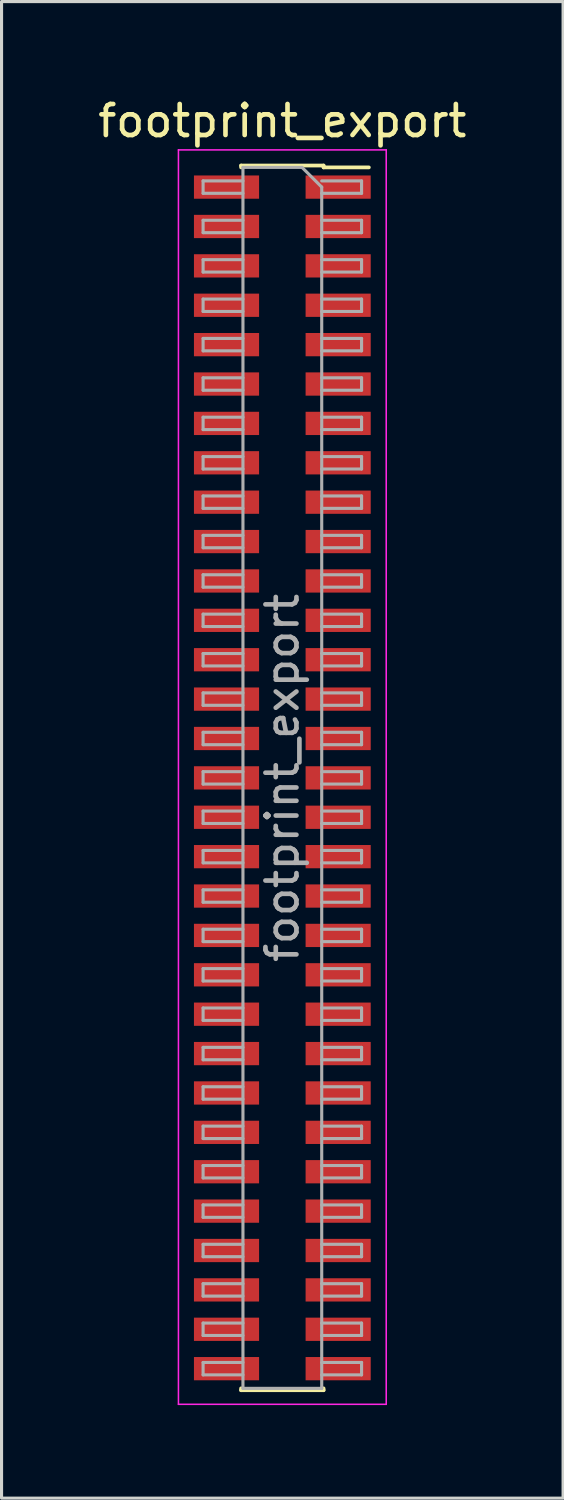
<source format=kicad_pcb>
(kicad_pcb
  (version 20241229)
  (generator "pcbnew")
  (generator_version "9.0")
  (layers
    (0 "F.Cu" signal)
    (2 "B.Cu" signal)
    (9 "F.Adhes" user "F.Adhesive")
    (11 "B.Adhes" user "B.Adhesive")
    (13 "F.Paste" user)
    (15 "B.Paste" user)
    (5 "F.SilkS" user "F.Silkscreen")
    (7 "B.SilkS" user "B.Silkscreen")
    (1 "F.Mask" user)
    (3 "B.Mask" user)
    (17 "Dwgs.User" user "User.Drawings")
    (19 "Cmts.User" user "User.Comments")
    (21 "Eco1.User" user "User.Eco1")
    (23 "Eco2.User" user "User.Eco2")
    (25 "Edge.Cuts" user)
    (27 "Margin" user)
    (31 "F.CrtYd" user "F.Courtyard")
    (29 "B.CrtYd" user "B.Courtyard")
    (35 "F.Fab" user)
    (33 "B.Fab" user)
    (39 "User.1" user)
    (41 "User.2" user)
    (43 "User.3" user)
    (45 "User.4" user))
  (footprint "footprint_export"
    (layer "F.Cu")
    (at 6.054 22.033)
    (property "Reference" "footprint_export" (at 0 -21.185 0) (layer "F.SilkS") (effects (font (size 1 1) (thickness 0.15))))
    (attr smd)
    (fp_line (start -1.33 -19.745) (end -1.33 -19.685) (stroke (width 0.12) (type solid)) (layer "F.SilkS"))
    (fp_line (start -1.33 -19.745) (end 1.33 -19.745) (stroke (width 0.12) (type solid)) (layer "F.SilkS"))
    (fp_line (start -1.33 19.685) (end -1.33 19.745) (stroke (width 0.12) (type solid)) (layer "F.SilkS"))
    (fp_line (start -1.33 19.745) (end 1.33 19.745) (stroke (width 0.12) (type solid)) (layer "F.SilkS"))
    (fp_line (start 1.33 -19.745) (end 1.33 -19.685) (stroke (width 0.12) (type solid)) (layer "F.SilkS"))
    (fp_line (start 1.33 -19.685) (end 2.79 -19.685) (stroke (width 0.12) (type solid)) (layer "F.SilkS"))
    (fp_line (start 1.33 19.685) (end 1.33 19.745) (stroke (width 0.12) (type solid)) (layer "F.SilkS"))
    (fp_line (start -3.35 -20.25) (end 3.35 -20.25) (stroke (width 0.05) (type solid)) (layer "F.CrtYd"))
    (fp_line (start -3.35 20.2) (end -3.35 -20.25) (stroke (width 0.05) (type solid)) (layer "F.CrtYd"))
    (fp_line (start 3.35 -20.25) (end 3.35 20.2) (stroke (width 0.05) (type solid)) (layer "F.CrtYd"))
    (fp_line (start 3.35 20.2) (end -3.35 20.2) (stroke (width 0.05) (type solid)) (layer "F.CrtYd"))
    (fp_line (start -2.555 -19.25) (end -1.27 -19.25) (stroke (width 0.1) (type solid)) (layer "F.Fab"))
    (fp_line (start -2.555 -18.85) (end -2.555 -19.25) (stroke (width 0.1) (type solid)) (layer "F.Fab"))
    (fp_line (start -2.555 -17.98) (end -1.27 -17.98) (stroke (width 0.1) (type solid)) (layer "F.Fab"))
    (fp_line (start -2.555 -17.58) (end -2.555 -17.98) (stroke (width 0.1) (type solid)) (layer "F.Fab"))
    (fp_line (start -2.555 -16.71) (end -1.27 -16.71) (stroke (width 0.1) (type solid)) (layer "F.Fab"))
    (fp_line (start -2.555 -16.31) (end -2.555 -16.71) (stroke (width 0.1) (type solid)) (layer "F.Fab"))
    (fp_line (start -2.555 -15.44) (end -1.27 -15.44) (stroke (width 0.1) (type solid)) (layer "F.Fab"))
    (fp_line (start -2.555 -15.04) (end -2.555 -15.44) (stroke (width 0.1) (type solid)) (layer "F.Fab"))
    (fp_line (start -2.555 -14.17) (end -1.27 -14.17) (stroke (width 0.1) (type solid)) (layer "F.Fab"))
    (fp_line (start -2.555 -13.77) (end -2.555 -14.17) (stroke (width 0.1) (type solid)) (layer "F.Fab"))
    (fp_line (start -2.555 -12.9) (end -1.27 -12.9) (stroke (width 0.1) (type solid)) (layer "F.Fab"))
    (fp_line (start -2.555 -12.5) (end -2.555 -12.9) (stroke (width 0.1) (type solid)) (layer "F.Fab"))
    (fp_line (start -2.555 -11.63) (end -1.27 -11.63) (stroke (width 0.1) (type solid)) (layer "F.Fab"))
    (fp_line (start -2.555 -11.23) (end -2.555 -11.63) (stroke (width 0.1) (type solid)) (layer "F.Fab"))
    (fp_line (start -2.555 -10.36) (end -1.27 -10.36) (stroke (width 0.1) (type solid)) (layer "F.Fab"))
    (fp_line (start -2.555 -9.96) (end -2.555 -10.36) (stroke (width 0.1) (type solid)) (layer "F.Fab"))
    (fp_line (start -2.555 -9.09) (end -1.27 -9.09) (stroke (width 0.1) (type solid)) (layer "F.Fab"))
    (fp_line (start -2.555 -8.69) (end -2.555 -9.09) (stroke (width 0.1) (type solid)) (layer "F.Fab"))
    (fp_line (start -2.555 -7.82) (end -1.27 -7.82) (stroke (width 0.1) (type solid)) (layer "F.Fab"))
    (fp_line (start -2.555 -7.42) (end -2.555 -7.82) (stroke (width 0.1) (type solid)) (layer "F.Fab"))
    (fp_line (start -2.555 -6.55) (end -1.27 -6.55) (stroke (width 0.1) (type solid)) (layer "F.Fab"))
    (fp_line (start -2.555 -6.15) (end -2.555 -6.55) (stroke (width 0.1) (type solid)) (layer "F.Fab"))
    (fp_line (start -2.555 -5.28) (end -1.27 -5.28) (stroke (width 0.1) (type solid)) (layer "F.Fab"))
    (fp_line (start -2.555 -4.88) (end -2.555 -5.28) (stroke (width 0.1) (type solid)) (layer "F.Fab"))
    (fp_line (start -2.555 -4.01) (end -1.27 -4.01) (stroke (width 0.1) (type solid)) (layer "F.Fab"))
    (fp_line (start -2.555 -3.61) (end -2.555 -4.01) (stroke (width 0.1) (type solid)) (layer "F.Fab"))
    (fp_line (start -2.555 -2.74) (end -1.27 -2.74) (stroke (width 0.1) (type solid)) (layer "F.Fab"))
    (fp_line (start -2.555 -2.34) (end -2.555 -2.74) (stroke (width 0.1) (type solid)) (layer "F.Fab"))
    (fp_line (start -2.555 -1.47) (end -1.27 -1.47) (stroke (width 0.1) (type solid)) (layer "F.Fab"))
    (fp_line (start -2.555 -1.07) (end -2.555 -1.47) (stroke (width 0.1) (type solid)) (layer "F.Fab"))
    (fp_line (start -2.555 -0.2) (end -1.27 -0.2) (stroke (width 0.1) (type solid)) (layer "F.Fab"))
    (fp_line (start -2.555 0.2) (end -2.555 -0.2) (stroke (width 0.1) (type solid)) (layer "F.Fab"))
    (fp_line (start -2.555 1.07) (end -1.27 1.07) (stroke (width 0.1) (type solid)) (layer "F.Fab"))
    (fp_line (start -2.555 1.47) (end -2.555 1.07) (stroke (width 0.1) (type solid)) (layer "F.Fab"))
    (fp_line (start -2.555 2.34) (end -1.27 2.34) (stroke (width 0.1) (type solid)) (layer "F.Fab"))
    (fp_line (start -2.555 2.74) (end -2.555 2.34) (stroke (width 0.1) (type solid)) (layer "F.Fab"))
    (fp_line (start -2.555 3.61) (end -1.27 3.61) (stroke (width 0.1) (type solid)) (layer "F.Fab"))
    (fp_line (start -2.555 4.01) (end -2.555 3.61) (stroke (width 0.1) (type solid)) (layer "F.Fab"))
    (fp_line (start -2.555 4.88) (end -1.27 4.88) (stroke (width 0.1) (type solid)) (layer "F.Fab"))
    (fp_line (start -2.555 5.28) (end -2.555 4.88) (stroke (width 0.1) (type solid)) (layer "F.Fab"))
    (fp_line (start -2.555 6.15) (end -1.27 6.15) (stroke (width 0.1) (type solid)) (layer "F.Fab"))
    (fp_line (start -2.555 6.55) (end -2.555 6.15) (stroke (width 0.1) (type solid)) (layer "F.Fab"))
    (fp_line (start -2.555 7.42) (end -1.27 7.42) (stroke (width 0.1) (type solid)) (layer "F.Fab"))
    (fp_line (start -2.555 7.82) (end -2.555 7.42) (stroke (width 0.1) (type solid)) (layer "F.Fab"))
    (fp_line (start -2.555 8.69) (end -1.27 8.69) (stroke (width 0.1) (type solid)) (layer "F.Fab"))
    (fp_line (start -2.555 9.09) (end -2.555 8.69) (stroke (width 0.1) (type solid)) (layer "F.Fab"))
    (fp_line (start -2.555 9.96) (end -1.27 9.96) (stroke (width 0.1) (type solid)) (layer "F.Fab"))
    (fp_line (start -2.555 10.36) (end -2.555 9.96) (stroke (width 0.1) (type solid)) (layer "F.Fab"))
    (fp_line (start -2.555 11.23) (end -1.27 11.23) (stroke (width 0.1) (type solid)) (layer "F.Fab"))
    (fp_line (start -2.555 11.63) (end -2.555 11.23) (stroke (width 0.1) (type solid)) (layer "F.Fab"))
    (fp_line (start -2.555 12.5) (end -1.27 12.5) (stroke (width 0.1) (type solid)) (layer "F.Fab"))
    (fp_line (start -2.555 12.9) (end -2.555 12.5) (stroke (width 0.1) (type solid)) (layer "F.Fab"))
    (fp_line (start -2.555 13.77) (end -1.27 13.77) (stroke (width 0.1) (type solid)) (layer "F.Fab"))
    (fp_line (start -2.555 14.17) (end -2.555 13.77) (stroke (width 0.1) (type solid)) (layer "F.Fab"))
    (fp_line (start -2.555 15.04) (end -1.27 15.04) (stroke (width 0.1) (type solid)) (layer "F.Fab"))
    (fp_line (start -2.555 15.44) (end -2.555 15.04) (stroke (width 0.1) (type solid)) (layer "F.Fab"))
    (fp_line (start -2.555 16.31) (end -1.27 16.31) (stroke (width 0.1) (type solid)) (layer "F.Fab"))
    (fp_line (start -2.555 16.71) (end -2.555 16.31) (stroke (width 0.1) (type solid)) (layer "F.Fab"))
    (fp_line (start -2.555 17.58) (end -1.27 17.58) (stroke (width 0.1) (type solid)) (layer "F.Fab"))
    (fp_line (start -2.555 17.98) (end -2.555 17.58) (stroke (width 0.1) (type solid)) (layer "F.Fab"))
    (fp_line (start -2.555 18.85) (end -1.27 18.85) (stroke (width 0.1) (type solid)) (layer "F.Fab"))
    (fp_line (start -2.555 19.25) (end -2.555 18.85) (stroke (width 0.1) (type solid)) (layer "F.Fab"))
    (fp_line (start -1.27 -19.685) (end 0.635 -19.685) (stroke (width 0.1) (type solid)) (layer "F.Fab"))
    (fp_line (start -1.27 -18.85) (end -2.555 -18.85) (stroke (width 0.1) (type solid)) (layer "F.Fab"))
    (fp_line (start -1.27 -17.58) (end -2.555 -17.58) (stroke (width 0.1) (type solid)) (layer "F.Fab"))
    (fp_line (start -1.27 -16.31) (end -2.555 -16.31) (stroke (width 0.1) (type solid)) (layer "F.Fab"))
    (fp_line (start -1.27 -15.04) (end -2.555 -15.04) (stroke (width 0.1) (type solid)) (layer "F.Fab"))
    (fp_line (start -1.27 -13.77) (end -2.555 -13.77) (stroke (width 0.1) (type solid)) (layer "F.Fab"))
    (fp_line (start -1.27 -12.5) (end -2.555 -12.5) (stroke (width 0.1) (type solid)) (layer "F.Fab"))
    (fp_line (start -1.27 -11.23) (end -2.555 -11.23) (stroke (width 0.1) (type solid)) (layer "F.Fab"))
    (fp_line (start -1.27 -9.96) (end -2.555 -9.96) (stroke (width 0.1) (type solid)) (layer "F.Fab"))
    (fp_line (start -1.27 -8.69) (end -2.555 -8.69) (stroke (width 0.1) (type solid)) (layer "F.Fab"))
    (fp_line (start -1.27 -7.42) (end -2.555 -7.42) (stroke (width 0.1) (type solid)) (layer "F.Fab"))
    (fp_line (start -1.27 -6.15) (end -2.555 -6.15) (stroke (width 0.1) (type solid)) (layer "F.Fab"))
    (fp_line (start -1.27 -4.88) (end -2.555 -4.88) (stroke (width 0.1) (type solid)) (layer "F.Fab"))
    (fp_line (start -1.27 -3.61) (end -2.555 -3.61) (stroke (width 0.1) (type solid)) (layer "F.Fab"))
    (fp_line (start -1.27 -2.34) (end -2.555 -2.34) (stroke (width 0.1) (type solid)) (layer "F.Fab"))
    (fp_line (start -1.27 -1.07) (end -2.555 -1.07) (stroke (width 0.1) (type solid)) (layer "F.Fab"))
    (fp_line (start -1.27 0.2) (end -2.555 0.2) (stroke (width 0.1) (type solid)) (layer "F.Fab"))
    (fp_line (start -1.27 1.47) (end -2.555 1.47) (stroke (width 0.1) (type solid)) (layer "F.Fab"))
    (fp_line (start -1.27 2.74) (end -2.555 2.74) (stroke (width 0.1) (type solid)) (layer "F.Fab"))
    (fp_line (start -1.27 4.01) (end -2.555 4.01) (stroke (width 0.1) (type solid)) (layer "F.Fab"))
    (fp_line (start -1.27 5.28) (end -2.555 5.28) (stroke (width 0.1) (type solid)) (layer "F.Fab"))
    (fp_line (start -1.27 6.55) (end -2.555 6.55) (stroke (width 0.1) (type solid)) (layer "F.Fab"))
    (fp_line (start -1.27 7.82) (end -2.555 7.82) (stroke (width 0.1) (type solid)) (layer "F.Fab"))
    (fp_line (start -1.27 9.09) (end -2.555 9.09) (stroke (width 0.1) (type solid)) (layer "F.Fab"))
    (fp_line (start -1.27 10.36) (end -2.555 10.36) (stroke (width 0.1) (type solid)) (layer "F.Fab"))
    (fp_line (start -1.27 11.63) (end -2.555 11.63) (stroke (width 0.1) (type solid)) (layer "F.Fab"))
    (fp_line (start -1.27 12.9) (end -2.555 12.9) (stroke (width 0.1) (type solid)) (layer "F.Fab"))
    (fp_line (start -1.27 14.17) (end -2.555 14.17) (stroke (width 0.1) (type solid)) (layer "F.Fab"))
    (fp_line (start -1.27 15.44) (end -2.555 15.44) (stroke (width 0.1) (type solid)) (layer "F.Fab"))
    (fp_line (start -1.27 16.71) (end -2.555 16.71) (stroke (width 0.1) (type solid)) (layer "F.Fab"))
    (fp_line (start -1.27 17.98) (end -2.555 17.98) (stroke (width 0.1) (type solid)) (layer "F.Fab"))
    (fp_line (start -1.27 19.25) (end -2.555 19.25) (stroke (width 0.1) (type solid)) (layer "F.Fab"))
    (fp_line (start -1.27 19.685) (end -1.27 -19.685) (stroke (width 0.1) (type solid)) (layer "F.Fab"))
    (fp_line (start 0.635 -19.685) (end 1.27 -19.05) (stroke (width 0.1) (type solid)) (layer "F.Fab"))
    (fp_line (start 1.27 -19.25) (end 2.555 -19.25) (stroke (width 0.1) (type solid)) (layer "F.Fab"))
    (fp_line (start 1.27 -19.05) (end 1.27 19.685) (stroke (width 0.1) (type solid)) (layer "F.Fab"))
    (fp_line (start 1.27 -17.98) (end 2.555 -17.98) (stroke (width 0.1) (type solid)) (layer "F.Fab"))
    (fp_line (start 1.27 -16.71) (end 2.555 -16.71) (stroke (width 0.1) (type solid)) (layer "F.Fab"))
    (fp_line (start 1.27 -15.44) (end 2.555 -15.44) (stroke (width 0.1) (type solid)) (layer "F.Fab"))
    (fp_line (start 1.27 -14.17) (end 2.555 -14.17) (stroke (width 0.1) (type solid)) (layer "F.Fab"))
    (fp_line (start 1.27 -12.9) (end 2.555 -12.9) (stroke (width 0.1) (type solid)) (layer "F.Fab"))
    (fp_line (start 1.27 -11.63) (end 2.555 -11.63) (stroke (width 0.1) (type solid)) (layer "F.Fab"))
    (fp_line (start 1.27 -10.36) (end 2.555 -10.36) (stroke (width 0.1) (type solid)) (layer "F.Fab"))
    (fp_line (start 1.27 -9.09) (end 2.555 -9.09) (stroke (width 0.1) (type solid)) (layer "F.Fab"))
    (fp_line (start 1.27 -7.82) (end 2.555 -7.82) (stroke (width 0.1) (type solid)) (layer "F.Fab"))
    (fp_line (start 1.27 -6.55) (end 2.555 -6.55) (stroke (width 0.1) (type solid)) (layer "F.Fab"))
    (fp_line (start 1.27 -5.28) (end 2.555 -5.28) (stroke (width 0.1) (type solid)) (layer "F.Fab"))
    (fp_line (start 1.27 -4.01) (end 2.555 -4.01) (stroke (width 0.1) (type solid)) (layer "F.Fab"))
    (fp_line (start 1.27 -2.74) (end 2.555 -2.74) (stroke (width 0.1) (type solid)) (layer "F.Fab"))
    (fp_line (start 1.27 -1.47) (end 2.555 -1.47) (stroke (width 0.1) (type solid)) (layer "F.Fab"))
    (fp_line (start 1.27 -0.2) (end 2.555 -0.2) (stroke (width 0.1) (type solid)) (layer "F.Fab"))
    (fp_line (start 1.27 1.07) (end 2.555 1.07) (stroke (width 0.1) (type solid)) (layer "F.Fab"))
    (fp_line (start 1.27 2.34) (end 2.555 2.34) (stroke (width 0.1) (type solid)) (layer "F.Fab"))
    (fp_line (start 1.27 3.61) (end 2.555 3.61) (stroke (width 0.1) (type solid)) (layer "F.Fab"))
    (fp_line (start 1.27 4.88) (end 2.555 4.88) (stroke (width 0.1) (type solid)) (layer "F.Fab"))
    (fp_line (start 1.27 6.15) (end 2.555 6.15) (stroke (width 0.1) (type solid)) (layer "F.Fab"))
    (fp_line (start 1.27 7.42) (end 2.555 7.42) (stroke (width 0.1) (type solid)) (layer "F.Fab"))
    (fp_line (start 1.27 8.69) (end 2.555 8.69) (stroke (width 0.1) (type solid)) (layer "F.Fab"))
    (fp_line (start 1.27 9.96) (end 2.555 9.96) (stroke (width 0.1) (type solid)) (layer "F.Fab"))
    (fp_line (start 1.27 11.23) (end 2.555 11.23) (stroke (width 0.1) (type solid)) (layer "F.Fab"))
    (fp_line (start 1.27 12.5) (end 2.555 12.5) (stroke (width 0.1) (type solid)) (layer "F.Fab"))
    (fp_line (start 1.27 13.77) (end 2.555 13.77) (stroke (width 0.1) (type solid)) (layer "F.Fab"))
    (fp_line (start 1.27 15.04) (end 2.555 15.04) (stroke (width 0.1) (type solid)) (layer "F.Fab"))
    (fp_line (start 1.27 16.31) (end 2.555 16.31) (stroke (width 0.1) (type solid)) (layer "F.Fab"))
    (fp_line (start 1.27 17.58) (end 2.555 17.58) (stroke (width 0.1) (type solid)) (layer "F.Fab"))
    (fp_line (start 1.27 18.85) (end 2.555 18.85) (stroke (width 0.1) (type solid)) (layer "F.Fab"))
    (fp_line (start 1.27 19.685) (end -1.27 19.685) (stroke (width 0.1) (type solid)) (layer "F.Fab"))
    (fp_line (start 2.555 -19.25) (end 2.555 -18.85) (stroke (width 0.1) (type solid)) (layer "F.Fab"))
    (fp_line (start 2.555 -18.85) (end 1.27 -18.85) (stroke (width 0.1) (type solid)) (layer "F.Fab"))
    (fp_line (start 2.555 -17.98) (end 2.555 -17.58) (stroke (width 0.1) (type solid)) (layer "F.Fab"))
    (fp_line (start 2.555 -17.58) (end 1.27 -17.58) (stroke (width 0.1) (type solid)) (layer "F.Fab"))
    (fp_line (start 2.555 -16.71) (end 2.555 -16.31) (stroke (width 0.1) (type solid)) (layer "F.Fab"))
    (fp_line (start 2.555 -16.31) (end 1.27 -16.31) (stroke (width 0.1) (type solid)) (layer "F.Fab"))
    (fp_line (start 2.555 -15.44) (end 2.555 -15.04) (stroke (width 0.1) (type solid)) (layer "F.Fab"))
    (fp_line (start 2.555 -15.04) (end 1.27 -15.04) (stroke (width 0.1) (type solid)) (layer "F.Fab"))
    (fp_line (start 2.555 -14.17) (end 2.555 -13.77) (stroke (width 0.1) (type solid)) (layer "F.Fab"))
    (fp_line (start 2.555 -13.77) (end 1.27 -13.77) (stroke (width 0.1) (type solid)) (layer "F.Fab"))
    (fp_line (start 2.555 -12.9) (end 2.555 -12.5) (stroke (width 0.1) (type solid)) (layer "F.Fab"))
    (fp_line (start 2.555 -12.5) (end 1.27 -12.5) (stroke (width 0.1) (type solid)) (layer "F.Fab"))
    (fp_line (start 2.555 -11.63) (end 2.555 -11.23) (stroke (width 0.1) (type solid)) (layer "F.Fab"))
    (fp_line (start 2.555 -11.23) (end 1.27 -11.23) (stroke (width 0.1) (type solid)) (layer "F.Fab"))
    (fp_line (start 2.555 -10.36) (end 2.555 -9.96) (stroke (width 0.1) (type solid)) (layer "F.Fab"))
    (fp_line (start 2.555 -9.96) (end 1.27 -9.96) (stroke (width 0.1) (type solid)) (layer "F.Fab"))
    (fp_line (start 2.555 -9.09) (end 2.555 -8.69) (stroke (width 0.1) (type solid)) (layer "F.Fab"))
    (fp_line (start 2.555 -8.69) (end 1.27 -8.69) (stroke (width 0.1) (type solid)) (layer "F.Fab"))
    (fp_line (start 2.555 -7.82) (end 2.555 -7.42) (stroke (width 0.1) (type solid)) (layer "F.Fab"))
    (fp_line (start 2.555 -7.42) (end 1.27 -7.42) (stroke (width 0.1) (type solid)) (layer "F.Fab"))
    (fp_line (start 2.555 -6.55) (end 2.555 -6.15) (stroke (width 0.1) (type solid)) (layer "F.Fab"))
    (fp_line (start 2.555 -6.15) (end 1.27 -6.15) (stroke (width 0.1) (type solid)) (layer "F.Fab"))
    (fp_line (start 2.555 -5.28) (end 2.555 -4.88) (stroke (width 0.1) (type solid)) (layer "F.Fab"))
    (fp_line (start 2.555 -4.88) (end 1.27 -4.88) (stroke (width 0.1) (type solid)) (layer "F.Fab"))
    (fp_line (start 2.555 -4.01) (end 2.555 -3.61) (stroke (width 0.1) (type solid)) (layer "F.Fab"))
    (fp_line (start 2.555 -3.61) (end 1.27 -3.61) (stroke (width 0.1) (type solid)) (layer "F.Fab"))
    (fp_line (start 2.555 -2.74) (end 2.555 -2.34) (stroke (width 0.1) (type solid)) (layer "F.Fab"))
    (fp_line (start 2.555 -2.34) (end 1.27 -2.34) (stroke (width 0.1) (type solid)) (layer "F.Fab"))
    (fp_line (start 2.555 -1.47) (end 2.555 -1.07) (stroke (width 0.1) (type solid)) (layer "F.Fab"))
    (fp_line (start 2.555 -1.07) (end 1.27 -1.07) (stroke (width 0.1) (type solid)) (layer "F.Fab"))
    (fp_line (start 2.555 -0.2) (end 2.555 0.2) (stroke (width 0.1) (type solid)) (layer "F.Fab"))
    (fp_line (start 2.555 0.2) (end 1.27 0.2) (stroke (width 0.1) (type solid)) (layer "F.Fab"))
    (fp_line (start 2.555 1.07) (end 2.555 1.47) (stroke (width 0.1) (type solid)) (layer "F.Fab"))
    (fp_line (start 2.555 1.47) (end 1.27 1.47) (stroke (width 0.1) (type solid)) (layer "F.Fab"))
    (fp_line (start 2.555 2.34) (end 2.555 2.74) (stroke (width 0.1) (type solid)) (layer "F.Fab"))
    (fp_line (start 2.555 2.74) (end 1.27 2.74) (stroke (width 0.1) (type solid)) (layer "F.Fab"))
    (fp_line (start 2.555 3.61) (end 2.555 4.01) (stroke (width 0.1) (type solid)) (layer "F.Fab"))
    (fp_line (start 2.555 4.01) (end 1.27 4.01) (stroke (width 0.1) (type solid)) (layer "F.Fab"))
    (fp_line (start 2.555 4.88) (end 2.555 5.28) (stroke (width 0.1) (type solid)) (layer "F.Fab"))
    (fp_line (start 2.555 5.28) (end 1.27 5.28) (stroke (width 0.1) (type solid)) (layer "F.Fab"))
    (fp_line (start 2.555 6.15) (end 2.555 6.55) (stroke (width 0.1) (type solid)) (layer "F.Fab"))
    (fp_line (start 2.555 6.55) (end 1.27 6.55) (stroke (width 0.1) (type solid)) (layer "F.Fab"))
    (fp_line (start 2.555 7.42) (end 2.555 7.82) (stroke (width 0.1) (type solid)) (layer "F.Fab"))
    (fp_line (start 2.555 7.82) (end 1.27 7.82) (stroke (width 0.1) (type solid)) (layer "F.Fab"))
    (fp_line (start 2.555 8.69) (end 2.555 9.09) (stroke (width 0.1) (type solid)) (layer "F.Fab"))
    (fp_line (start 2.555 9.09) (end 1.27 9.09) (stroke (width 0.1) (type solid)) (layer "F.Fab"))
    (fp_line (start 2.555 9.96) (end 2.555 10.36) (stroke (width 0.1) (type solid)) (layer "F.Fab"))
    (fp_line (start 2.555 10.36) (end 1.27 10.36) (stroke (width 0.1) (type solid)) (layer "F.Fab"))
    (fp_line (start 2.555 11.23) (end 2.555 11.63) (stroke (width 0.1) (type solid)) (layer "F.Fab"))
    (fp_line (start 2.555 11.63) (end 1.27 11.63) (stroke (width 0.1) (type solid)) (layer "F.Fab"))
    (fp_line (start 2.555 12.5) (end 2.555 12.9) (stroke (width 0.1) (type solid)) (layer "F.Fab"))
    (fp_line (start 2.555 12.9) (end 1.27 12.9) (stroke (width 0.1) (type solid)) (layer "F.Fab"))
    (fp_line (start 2.555 13.77) (end 2.555 14.17) (stroke (width 0.1) (type solid)) (layer "F.Fab"))
    (fp_line (start 2.555 14.17) (end 1.27 14.17) (stroke (width 0.1) (type solid)) (layer "F.Fab"))
    (fp_line (start 2.555 15.04) (end 2.555 15.44) (stroke (width 0.1) (type solid)) (layer "F.Fab"))
    (fp_line (start 2.555 15.44) (end 1.27 15.44) (stroke (width 0.1) (type solid)) (layer "F.Fab"))
    (fp_line (start 2.555 16.31) (end 2.555 16.71) (stroke (width 0.1) (type solid)) (layer "F.Fab"))
    (fp_line (start 2.555 16.71) (end 1.27 16.71) (stroke (width 0.1) (type solid)) (layer "F.Fab"))
    (fp_line (start 2.555 17.58) (end 2.555 17.98) (stroke (width 0.1) (type solid)) (layer "F.Fab"))
    (fp_line (start 2.555 17.98) (end 1.27 17.98) (stroke (width 0.1) (type solid)) (layer "F.Fab"))
    (fp_line (start 2.555 18.85) (end 2.555 19.25) (stroke (width 0.1) (type solid)) (layer "F.Fab"))
    (fp_line (start 2.555 19.25) (end 1.27 19.25) (stroke (width 0.1) (type solid)) (layer "F.Fab"))
    (fp_text user "${REFERENCE}" (at 0 0 90) (layer "F.Fab") (effects (font (size 1 1) (thickness 0.15))))
    (pad "1" smd rect (at 1.8 -19.05) (size 2.1 0.75) (layers "F.Cu" "F.Mask" "F.Paste"))
    (pad "2" smd rect (at -1.8 -19.05) (size 2.1 0.75) (layers "F.Cu" "F.Mask" "F.Paste"))
    (pad "3" smd rect (at 1.8 -17.78) (size 2.1 0.75) (layers "F.Cu" "F.Mask" "F.Paste"))
    (pad "4" smd rect (at -1.8 -17.78) (size 2.1 0.75) (layers "F.Cu" "F.Mask" "F.Paste"))
    (pad "5" smd rect (at 1.8 -16.51) (size 2.1 0.75) (layers "F.Cu" "F.Mask" "F.Paste"))
    (pad "6" smd rect (at -1.8 -16.51) (size 2.1 0.75) (layers "F.Cu" "F.Mask" "F.Paste"))
    (pad "7" smd rect (at 1.8 -15.24) (size 2.1 0.75) (layers "F.Cu" "F.Mask" "F.Paste"))
    (pad "8" smd rect (at -1.8 -15.24) (size 2.1 0.75) (layers "F.Cu" "F.Mask" "F.Paste"))
    (pad "9" smd rect (at 1.8 -13.97) (size 2.1 0.75) (layers "F.Cu" "F.Mask" "F.Paste"))
    (pad "10" smd rect (at -1.8 -13.97) (size 2.1 0.75) (layers "F.Cu" "F.Mask" "F.Paste"))
    (pad "11" smd rect (at 1.8 -12.7) (size 2.1 0.75) (layers "F.Cu" "F.Mask" "F.Paste"))
    (pad "12" smd rect (at -1.8 -12.7) (size 2.1 0.75) (layers "F.Cu" "F.Mask" "F.Paste"))
    (pad "13" smd rect (at 1.8 -11.43) (size 2.1 0.75) (layers "F.Cu" "F.Mask" "F.Paste"))
    (pad "14" smd rect (at -1.8 -11.43) (size 2.1 0.75) (layers "F.Cu" "F.Mask" "F.Paste"))
    (pad "15" smd rect (at 1.8 -10.16) (size 2.1 0.75) (layers "F.Cu" "F.Mask" "F.Paste"))
    (pad "16" smd rect (at -1.8 -10.16) (size 2.1 0.75) (layers "F.Cu" "F.Mask" "F.Paste"))
    (pad "17" smd rect (at 1.8 -8.89) (size 2.1 0.75) (layers "F.Cu" "F.Mask" "F.Paste"))
    (pad "18" smd rect (at -1.8 -8.89) (size 2.1 0.75) (layers "F.Cu" "F.Mask" "F.Paste"))
    (pad "19" smd rect (at 1.8 -7.62) (size 2.1 0.75) (layers "F.Cu" "F.Mask" "F.Paste"))
    (pad "20" smd rect (at -1.8 -7.62) (size 2.1 0.75) (layers "F.Cu" "F.Mask" "F.Paste"))
    (pad "21" smd rect (at 1.8 -6.35) (size 2.1 0.75) (layers "F.Cu" "F.Mask" "F.Paste"))
    (pad "22" smd rect (at -1.8 -6.35) (size 2.1 0.75) (layers "F.Cu" "F.Mask" "F.Paste"))
    (pad "23" smd rect (at 1.8 -5.08) (size 2.1 0.75) (layers "F.Cu" "F.Mask" "F.Paste"))
    (pad "24" smd rect (at -1.8 -5.08) (size 2.1 0.75) (layers "F.Cu" "F.Mask" "F.Paste"))
    (pad "25" smd rect (at 1.8 -3.81) (size 2.1 0.75) (layers "F.Cu" "F.Mask" "F.Paste"))
    (pad "26" smd rect (at -1.8 -3.81) (size 2.1 0.75) (layers "F.Cu" "F.Mask" "F.Paste"))
    (pad "27" smd rect (at 1.8 -2.54) (size 2.1 0.75) (layers "F.Cu" "F.Mask" "F.Paste"))
    (pad "28" smd rect (at -1.8 -2.54) (size 2.1 0.75) (layers "F.Cu" "F.Mask" "F.Paste"))
    (pad "29" smd rect (at 1.8 -1.27) (size 2.1 0.75) (layers "F.Cu" "F.Mask" "F.Paste"))
    (pad "30" smd rect (at -1.8 -1.27) (size 2.1 0.75) (layers "F.Cu" "F.Mask" "F.Paste"))
    (pad "31" smd rect (at 1.8 0) (size 2.1 0.75) (layers "F.Cu" "F.Mask" "F.Paste"))
    (pad "32" smd rect (at -1.8 0) (size 2.1 0.75) (layers "F.Cu" "F.Mask" "F.Paste"))
    (pad "33" smd rect (at 1.8 1.27) (size 2.1 0.75) (layers "F.Cu" "F.Mask" "F.Paste"))
    (pad "34" smd rect (at -1.8 1.27) (size 2.1 0.75) (layers "F.Cu" "F.Mask" "F.Paste"))
    (pad "35" smd rect (at 1.8 2.54) (size 2.1 0.75) (layers "F.Cu" "F.Mask" "F.Paste"))
    (pad "36" smd rect (at -1.8 2.54) (size 2.1 0.75) (layers "F.Cu" "F.Mask" "F.Paste"))
    (pad "37" smd rect (at 1.8 3.81) (size 2.1 0.75) (layers "F.Cu" "F.Mask" "F.Paste"))
    (pad "38" smd rect (at -1.8 3.81) (size 2.1 0.75) (layers "F.Cu" "F.Mask" "F.Paste"))
    (pad "39" smd rect (at 1.8 5.08) (size 2.1 0.75) (layers "F.Cu" "F.Mask" "F.Paste"))
    (pad "40" smd rect (at -1.8 5.08) (size 2.1 0.75) (layers "F.Cu" "F.Mask" "F.Paste"))
    (pad "41" smd rect (at 1.8 6.35) (size 2.1 0.75) (layers "F.Cu" "F.Mask" "F.Paste"))
    (pad "42" smd rect (at -1.8 6.35) (size 2.1 0.75) (layers "F.Cu" "F.Mask" "F.Paste"))
    (pad "43" smd rect (at 1.8 7.62) (size 2.1 0.75) (layers "F.Cu" "F.Mask" "F.Paste"))
    (pad "44" smd rect (at -1.8 7.62) (size 2.1 0.75) (layers "F.Cu" "F.Mask" "F.Paste"))
    (pad "45" smd rect (at 1.8 8.89) (size 2.1 0.75) (layers "F.Cu" "F.Mask" "F.Paste"))
    (pad "46" smd rect (at -1.8 8.89) (size 2.1 0.75) (layers "F.Cu" "F.Mask" "F.Paste"))
    (pad "47" smd rect (at 1.8 10.16) (size 2.1 0.75) (layers "F.Cu" "F.Mask" "F.Paste"))
    (pad "48" smd rect (at -1.8 10.16) (size 2.1 0.75) (layers "F.Cu" "F.Mask" "F.Paste"))
    (pad "49" smd rect (at 1.8 11.43) (size 2.1 0.75) (layers "F.Cu" "F.Mask" "F.Paste"))
    (pad "50" smd rect (at -1.8 11.43) (size 2.1 0.75) (layers "F.Cu" "F.Mask" "F.Paste"))
    (pad "51" smd rect (at 1.8 12.7) (size 2.1 0.75) (layers "F.Cu" "F.Mask" "F.Paste"))
    (pad "52" smd rect (at -1.8 12.7) (size 2.1 0.75) (layers "F.Cu" "F.Mask" "F.Paste"))
    (pad "53" smd rect (at 1.8 13.97) (size 2.1 0.75) (layers "F.Cu" "F.Mask" "F.Paste"))
    (pad "54" smd rect (at -1.8 13.97) (size 2.1 0.75) (layers "F.Cu" "F.Mask" "F.Paste"))
    (pad "55" smd rect (at 1.8 15.24) (size 2.1 0.75) (layers "F.Cu" "F.Mask" "F.Paste"))
    (pad "56" smd rect (at -1.8 15.24) (size 2.1 0.75) (layers "F.Cu" "F.Mask" "F.Paste"))
    (pad "57" smd rect (at 1.8 16.51) (size 2.1 0.75) (layers "F.Cu" "F.Mask" "F.Paste"))
    (pad "58" smd rect (at -1.8 16.51) (size 2.1 0.75) (layers "F.Cu" "F.Mask" "F.Paste"))
    (pad "59" smd rect (at 1.8 17.78) (size 2.1 0.75) (layers "F.Cu" "F.Mask" "F.Paste"))
    (pad "60" smd rect (at -1.8 17.78) (size 2.1 0.75) (layers "F.Cu" "F.Mask" "F.Paste"))
    (pad "61" smd rect (at 1.8 19.05) (size 2.1 0.75) (layers "F.Cu" "F.Mask" "F.Paste"))
    (pad "62" smd rect (at -1.8 19.05) (size 2.1 0.75) (layers "F.Cu" "F.Mask" "F.Paste")))
  (gr_rect
    (start -3 -3)
    (end 15.107 45.258)
    (stroke (width 0.1) (type default))
    (fill no)
    (layer "Edge.Cuts")))
</source>
